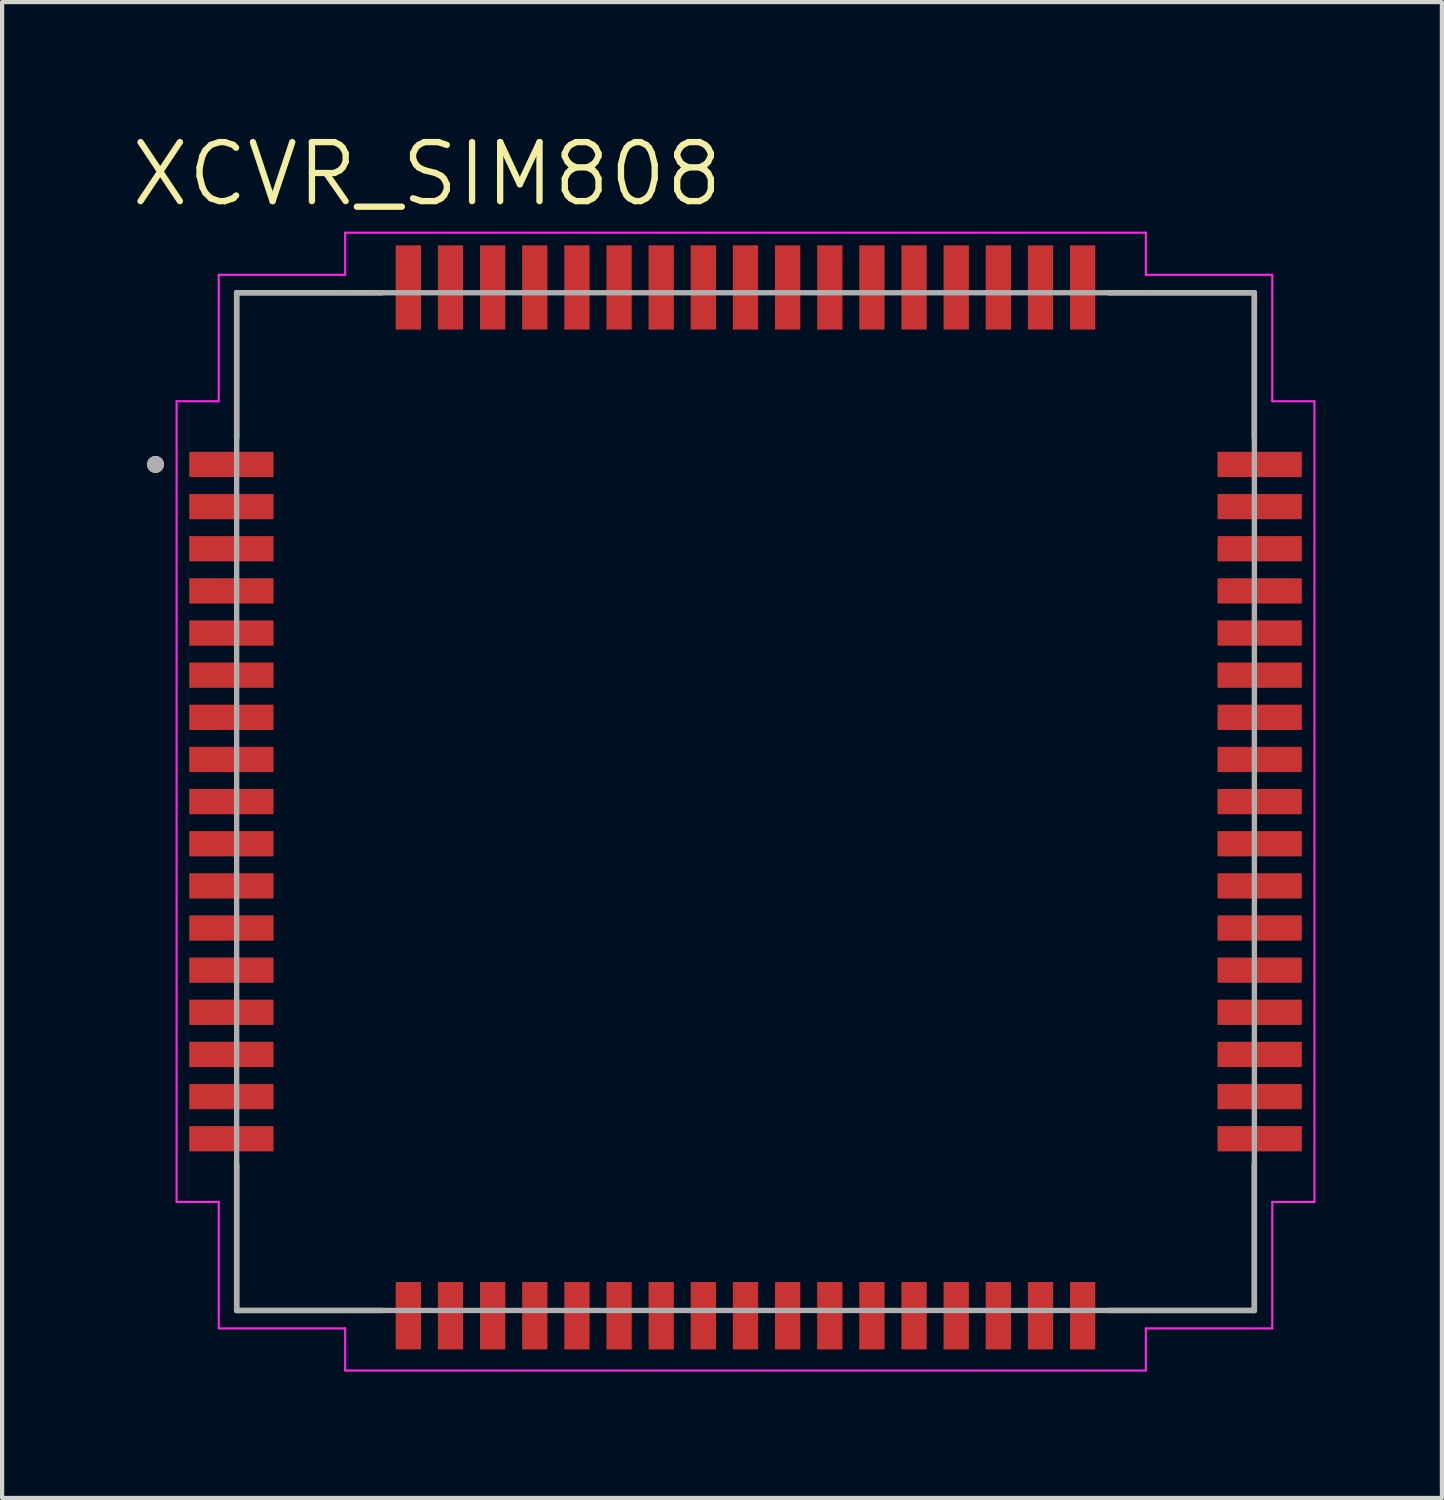
<source format=kicad_pcb>
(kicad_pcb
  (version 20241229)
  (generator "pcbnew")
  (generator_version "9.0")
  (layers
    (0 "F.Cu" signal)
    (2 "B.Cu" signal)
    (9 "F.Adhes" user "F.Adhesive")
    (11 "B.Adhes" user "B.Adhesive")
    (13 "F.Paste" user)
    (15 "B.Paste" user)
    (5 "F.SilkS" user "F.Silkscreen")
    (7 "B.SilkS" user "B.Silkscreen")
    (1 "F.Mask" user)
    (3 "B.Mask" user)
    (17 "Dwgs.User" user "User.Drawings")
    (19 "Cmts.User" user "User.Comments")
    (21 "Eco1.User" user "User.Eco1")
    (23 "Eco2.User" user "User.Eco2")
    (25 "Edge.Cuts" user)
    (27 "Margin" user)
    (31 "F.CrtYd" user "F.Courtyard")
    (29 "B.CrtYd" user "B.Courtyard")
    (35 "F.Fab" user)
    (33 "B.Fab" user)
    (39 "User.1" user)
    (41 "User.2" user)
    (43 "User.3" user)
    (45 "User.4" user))
  (footprint "XCVR_SIM808"
    (layer "F.Cu")
    (at 14.64 15.971)
    (property "Reference" "XCVR_SIM808" (at -7.555 -14.889 0) (layer "F.SilkS") (effects (font (size 1.4 1.4) (thickness 0.15))))
    (attr smd)
    (fp_line (start -12.075 -12.075) (end -8.62 -12.075) (stroke (width 0.127) (type solid)) (layer "F.SilkS"))
    (fp_line (start -12.075 -8.62) (end -12.075 -12.075) (stroke (width 0.127) (type solid)) (layer "F.SilkS"))
    (fp_line (start -12.075 12.075) (end -12.075 8.62) (stroke (width 0.127) (type solid)) (layer "F.SilkS"))
    (fp_line (start -8.62 12.075) (end -12.075 12.075) (stroke (width 0.127) (type solid)) (layer "F.SilkS"))
    (fp_line (start 8.62 -12.075) (end 12.075 -12.075) (stroke (width 0.127) (type solid)) (layer "F.SilkS"))
    (fp_line (start 12.075 -12.075) (end 12.075 -8.62) (stroke (width 0.127) (type solid)) (layer "F.SilkS"))
    (fp_line (start 12.075 8.62) (end 12.075 12.075) (stroke (width 0.127) (type solid)) (layer "F.SilkS"))
    (fp_line (start 12.075 12.075) (end 8.62 12.075) (stroke (width 0.127) (type solid)) (layer "F.SilkS"))
    (fp_circle (center -14 -8) (end -13.9 -8) (stroke (width 0.2) (type solid)) (fill no) (layer "F.SilkS"))
    (fp_line (start -13.5 -9.5) (end -12.5 -9.5) (stroke (width 0.05) (type solid)) (layer "F.CrtYd"))
    (fp_line (start -13.5 9.5) (end -13.5 -9.5) (stroke (width 0.05) (type solid)) (layer "F.CrtYd"))
    (fp_line (start -12.5 -12.5) (end -9.5 -12.5) (stroke (width 0.05) (type solid)) (layer "F.CrtYd"))
    (fp_line (start -12.5 -9.5) (end -12.5 -12.5) (stroke (width 0.05) (type solid)) (layer "F.CrtYd"))
    (fp_line (start -12.5 9.5) (end -13.5 9.5) (stroke (width 0.05) (type solid)) (layer "F.CrtYd"))
    (fp_line (start -12.5 12.5) (end -12.5 9.5) (stroke (width 0.05) (type solid)) (layer "F.CrtYd"))
    (fp_line (start -9.5 -13.5) (end 9.5 -13.5) (stroke (width 0.05) (type solid)) (layer "F.CrtYd"))
    (fp_line (start -9.5 -12.5) (end -9.5 -13.5) (stroke (width 0.05) (type solid)) (layer "F.CrtYd"))
    (fp_line (start -9.5 12.5) (end -12.5 12.5) (stroke (width 0.05) (type solid)) (layer "F.CrtYd"))
    (fp_line (start -9.5 13.5) (end -9.5 12.5) (stroke (width 0.05) (type solid)) (layer "F.CrtYd"))
    (fp_line (start 9.5 -13.5) (end 9.5 -12.5) (stroke (width 0.05) (type solid)) (layer "F.CrtYd"))
    (fp_line (start 9.5 -12.5) (end 12.5 -12.5) (stroke (width 0.05) (type solid)) (layer "F.CrtYd"))
    (fp_line (start 9.5 12.5) (end 9.5 13.5) (stroke (width 0.05) (type solid)) (layer "F.CrtYd"))
    (fp_line (start 9.5 13.5) (end -9.5 13.5) (stroke (width 0.05) (type solid)) (layer "F.CrtYd"))
    (fp_line (start 12.5 -12.5) (end 12.5 -9.5) (stroke (width 0.05) (type solid)) (layer "F.CrtYd"))
    (fp_line (start 12.5 -9.5) (end 13.5 -9.5) (stroke (width 0.05) (type solid)) (layer "F.CrtYd"))
    (fp_line (start 12.5 9.5) (end 12.5 12.5) (stroke (width 0.05) (type solid)) (layer "F.CrtYd"))
    (fp_line (start 12.5 12.5) (end 9.5 12.5) (stroke (width 0.05) (type solid)) (layer "F.CrtYd"))
    (fp_line (start 13.5 -9.5) (end 13.5 9.5) (stroke (width 0.05) (type solid)) (layer "F.CrtYd"))
    (fp_line (start 13.5 9.5) (end 12.5 9.5) (stroke (width 0.05) (type solid)) (layer "F.CrtYd"))
    (fp_line (start -12.075 -12.075) (end 12.075 -12.075) (stroke (width 0.127) (type solid)) (layer "F.Fab"))
    (fp_line (start -12.075 12.075) (end -12.075 -12.075) (stroke (width 0.127) (type solid)) (layer "F.Fab"))
    (fp_line (start 12.075 -12.075) (end 12.075 12.075) (stroke (width 0.127) (type solid)) (layer "F.Fab"))
    (fp_line (start 12.075 12.075) (end -12.075 12.075) (stroke (width 0.127) (type solid)) (layer "F.Fab"))
    (fp_circle (center -14 -8) (end -13.9 -8) (stroke (width 0.2) (type solid)) (fill no) (layer "F.Fab"))
    (pad "1" smd rect (at -12 -8) (size 2 0.6) (drill (offset -0.2 0)) (layers "F.Cu" "F.Mask" "F.Paste"))
    (pad "2" smd rect (at -12 -7) (size 2 0.6) (drill (offset -0.2 0)) (layers "F.Cu" "F.Mask" "F.Paste"))
    (pad "3" smd rect (at -12 -6) (size 2 0.6) (drill (offset -0.2 0)) (layers "F.Cu" "F.Mask" "F.Paste"))
    (pad "4" smd rect (at -12 -5) (size 2 0.6) (drill (offset -0.2 0)) (layers "F.Cu" "F.Mask" "F.Paste"))
    (pad "5" smd rect (at -12 -4) (size 2 0.6) (drill (offset -0.2 0)) (layers "F.Cu" "F.Mask" "F.Paste"))
    (pad "6" smd rect (at -12 -3) (size 2 0.6) (drill (offset -0.2 0)) (layers "F.Cu" "F.Mask" "F.Paste"))
    (pad "7" smd rect (at -12 -2) (size 2 0.6) (drill (offset -0.2 0)) (layers "F.Cu" "F.Mask" "F.Paste"))
    (pad "8" smd rect (at -12 -1) (size 2 0.6) (drill (offset -0.2 0)) (layers "F.Cu" "F.Mask" "F.Paste"))
    (pad "9" smd rect (at -12 0) (size 2 0.6) (drill (offset -0.2 0)) (layers "F.Cu" "F.Mask" "F.Paste"))
    (pad "10" smd rect (at -12 1) (size 2 0.6) (drill (offset -0.2 0)) (layers "F.Cu" "F.Mask" "F.Paste"))
    (pad "11" smd rect (at -12 2) (size 2 0.6) (drill (offset -0.2 0)) (layers "F.Cu" "F.Mask" "F.Paste"))
    (pad "12" smd rect (at -12 3) (size 2 0.6) (drill (offset -0.2 0)) (layers "F.Cu" "F.Mask" "F.Paste"))
    (pad "13" smd rect (at -12 4) (size 2 0.6) (drill (offset -0.2 0)) (layers "F.Cu" "F.Mask" "F.Paste"))
    (pad "14" smd rect (at -12 5) (size 2 0.6) (drill (offset -0.2 0)) (layers "F.Cu" "F.Mask" "F.Paste"))
    (pad "15" smd rect (at -12 6) (size 2 0.6) (drill (offset -0.2 0)) (layers "F.Cu" "F.Mask" "F.Paste"))
    (pad "16" smd rect (at -12 7) (size 2 0.6) (drill (offset -0.2 0)) (layers "F.Cu" "F.Mask" "F.Paste"))
    (pad "17" smd rect (at -12 8) (size 2 0.6) (drill (offset -0.2 0)) (layers "F.Cu" "F.Mask" "F.Paste"))
    (pad "18" smd rect (at -8 12 90) (size 1.6 0.6) (drill (offset -0.2 0)) (layers "F.Cu" "F.Mask" "F.Paste"))
    (pad "19" smd rect (at -7 12 90) (size 1.6 0.6) (drill (offset -0.2 0)) (layers "F.Cu" "F.Mask" "F.Paste"))
    (pad "20" smd rect (at -6 12 90) (size 1.6 0.6) (drill (offset -0.2 0)) (layers "F.Cu" "F.Mask" "F.Paste"))
    (pad "21" smd rect (at -5 12 90) (size 1.6 0.6) (drill (offset -0.2 0)) (layers "F.Cu" "F.Mask" "F.Paste"))
    (pad "22" smd rect (at -4 12 90) (size 1.6 0.6) (drill (offset -0.2 0)) (layers "F.Cu" "F.Mask" "F.Paste"))
    (pad "23" smd rect (at -3 12 90) (size 1.6 0.6) (drill (offset -0.2 0)) (layers "F.Cu" "F.Mask" "F.Paste"))
    (pad "24" smd rect (at -2 12 90) (size 1.6 0.6) (drill (offset -0.2 0)) (layers "F.Cu" "F.Mask" "F.Paste"))
    (pad "25" smd rect (at -1 12 90) (size 1.6 0.6) (drill (offset -0.2 0)) (layers "F.Cu" "F.Mask" "F.Paste"))
    (pad "26" smd rect (at 0 12 90) (size 1.6 0.6) (drill (offset -0.2 0)) (layers "F.Cu" "F.Mask" "F.Paste"))
    (pad "27" smd rect (at 1 12 90) (size 1.6 0.6) (drill (offset -0.2 0)) (layers "F.Cu" "F.Mask" "F.Paste"))
    (pad "28" smd rect (at 2 12 90) (size 1.6 0.6) (drill (offset -0.2 0)) (layers "F.Cu" "F.Mask" "F.Paste"))
    (pad "29" smd rect (at 3 12 90) (size 1.6 0.6) (drill (offset -0.2 0)) (layers "F.Cu" "F.Mask" "F.Paste"))
    (pad "30" smd rect (at 4 12 90) (size 1.6 0.6) (drill (offset -0.2 0)) (layers "F.Cu" "F.Mask" "F.Paste"))
    (pad "31" smd rect (at 5 12 90) (size 1.6 0.6) (drill (offset -0.2 0)) (layers "F.Cu" "F.Mask" "F.Paste"))
    (pad "32" smd rect (at 6 12 90) (size 1.6 0.6) (drill (offset -0.2 0)) (layers "F.Cu" "F.Mask" "F.Paste"))
    (pad "33" smd rect (at 7 12 90) (size 1.6 0.6) (drill (offset -0.2 0)) (layers "F.Cu" "F.Mask" "F.Paste"))
    (pad "34" smd rect (at 8 12 90) (size 1.6 0.6) (drill (offset -0.2 0)) (layers "F.Cu" "F.Mask" "F.Paste"))
    (pad "35" smd rect (at 12 8 180) (size 2 0.6) (drill (offset -0.2 0)) (layers "F.Cu" "F.Mask" "F.Paste"))
    (pad "36" smd rect (at 12 7 180) (size 2 0.6) (drill (offset -0.2 0)) (layers "F.Cu" "F.Mask" "F.Paste"))
    (pad "37" smd rect (at 12 6 180) (size 2 0.6) (drill (offset -0.2 0)) (layers "F.Cu" "F.Mask" "F.Paste"))
    (pad "38" smd rect (at 12 5 180) (size 2 0.6) (drill (offset -0.2 0)) (layers "F.Cu" "F.Mask" "F.Paste"))
    (pad "39" smd rect (at 12 4 180) (size 2 0.6) (drill (offset -0.2 0)) (layers "F.Cu" "F.Mask" "F.Paste"))
    (pad "40" smd rect (at 12 3 180) (size 2 0.6) (drill (offset -0.2 0)) (layers "F.Cu" "F.Mask" "F.Paste"))
    (pad "41" smd rect (at 12 2 180) (size 2 0.6) (drill (offset -0.2 0)) (layers "F.Cu" "F.Mask" "F.Paste"))
    (pad "42" smd rect (at 12 1 180) (size 2 0.6) (drill (offset -0.2 0)) (layers "F.Cu" "F.Mask" "F.Paste"))
    (pad "43" smd rect (at 12 0 180) (size 2 0.6) (drill (offset -0.2 0)) (layers "F.Cu" "F.Mask" "F.Paste"))
    (pad "44" smd rect (at 12 -1 180) (size 2 0.6) (drill (offset -0.2 0)) (layers "F.Cu" "F.Mask" "F.Paste"))
    (pad "45" smd rect (at 12 -2 180) (size 2 0.6) (drill (offset -0.2 0)) (layers "F.Cu" "F.Mask" "F.Paste"))
    (pad "46" smd rect (at 12 -3 180) (size 2 0.6) (drill (offset -0.2 0)) (layers "F.Cu" "F.Mask" "F.Paste"))
    (pad "47" smd rect (at 12 -4 180) (size 2 0.6) (drill (offset -0.2 0)) (layers "F.Cu" "F.Mask" "F.Paste"))
    (pad "48" smd rect (at 12 -5 180) (size 2 0.6) (drill (offset -0.2 0)) (layers "F.Cu" "F.Mask" "F.Paste"))
    (pad "49" smd rect (at 12 -6 180) (size 2 0.6) (drill (offset -0.2 0)) (layers "F.Cu" "F.Mask" "F.Paste"))
    (pad "50" smd rect (at 12 -7 180) (size 2 0.6) (drill (offset -0.2 0)) (layers "F.Cu" "F.Mask" "F.Paste"))
    (pad "51" smd rect (at 12 -8 180) (size 2 0.6) (drill (offset -0.2 0)) (layers "F.Cu" "F.Mask" "F.Paste"))
    (pad "52" smd rect (at 8 -12 270) (size 2 0.6) (drill (offset -0.2 0)) (layers "F.Cu" "F.Mask" "F.Paste"))
    (pad "53" smd rect (at 7 -12 270) (size 2 0.6) (drill (offset -0.2 0)) (layers "F.Cu" "F.Mask" "F.Paste"))
    (pad "54" smd rect (at 6 -12 270) (size 2 0.6) (drill (offset -0.2 0)) (layers "F.Cu" "F.Mask" "F.Paste"))
    (pad "55" smd rect (at 5 -12 270) (size 2 0.6) (drill (offset -0.2 0)) (layers "F.Cu" "F.Mask" "F.Paste"))
    (pad "56" smd rect (at 4 -12 270) (size 2 0.6) (drill (offset -0.2 0)) (layers "F.Cu" "F.Mask" "F.Paste"))
    (pad "57" smd rect (at 3 -12 270) (size 2 0.6) (drill (offset -0.2 0)) (layers "F.Cu" "F.Mask" "F.Paste"))
    (pad "58" smd rect (at 2 -12 270) (size 2 0.6) (drill (offset -0.2 0)) (layers "F.Cu" "F.Mask" "F.Paste"))
    (pad "59" smd rect (at 1 -12 270) (size 2 0.6) (drill (offset -0.2 0)) (layers "F.Cu" "F.Mask" "F.Paste"))
    (pad "60" smd rect (at 0 -12 270) (size 2 0.6) (drill (offset -0.2 0)) (layers "F.Cu" "F.Mask" "F.Paste"))
    (pad "61" smd rect (at -1 -12 270) (size 2 0.6) (drill (offset -0.2 0)) (layers "F.Cu" "F.Mask" "F.Paste"))
    (pad "62" smd rect (at -2 -12 270) (size 2 0.6) (drill (offset -0.2 0)) (layers "F.Cu" "F.Mask" "F.Paste"))
    (pad "63" smd rect (at -3 -12 270) (size 2 0.6) (drill (offset -0.2 0)) (layers "F.Cu" "F.Mask" "F.Paste"))
    (pad "64" smd rect (at -4 -12 270) (size 2 0.6) (drill (offset -0.2 0)) (layers "F.Cu" "F.Mask" "F.Paste"))
    (pad "65" smd rect (at -5 -12 270) (size 2 0.6) (drill (offset -0.2 0)) (layers "F.Cu" "F.Mask" "F.Paste"))
    (pad "66" smd rect (at -6 -12 270) (size 2 0.6) (drill (offset -0.2 0)) (layers "F.Cu" "F.Mask" "F.Paste"))
    (pad "67" smd rect (at -7 -12 270) (size 2 0.6) (drill (offset -0.2 0)) (layers "F.Cu" "F.Mask" "F.Paste"))
    (pad "68" smd rect (at -8 -12 270) (size 2 0.6) (drill (offset -0.2 0)) (layers "F.Cu" "F.Mask" "F.Paste")))
  (gr_rect
    (start -3 -3)
    (end 31.165 32.496)
    (stroke (width 0.1) (type default))
    (fill no)
    (layer "Edge.Cuts")))
</source>
